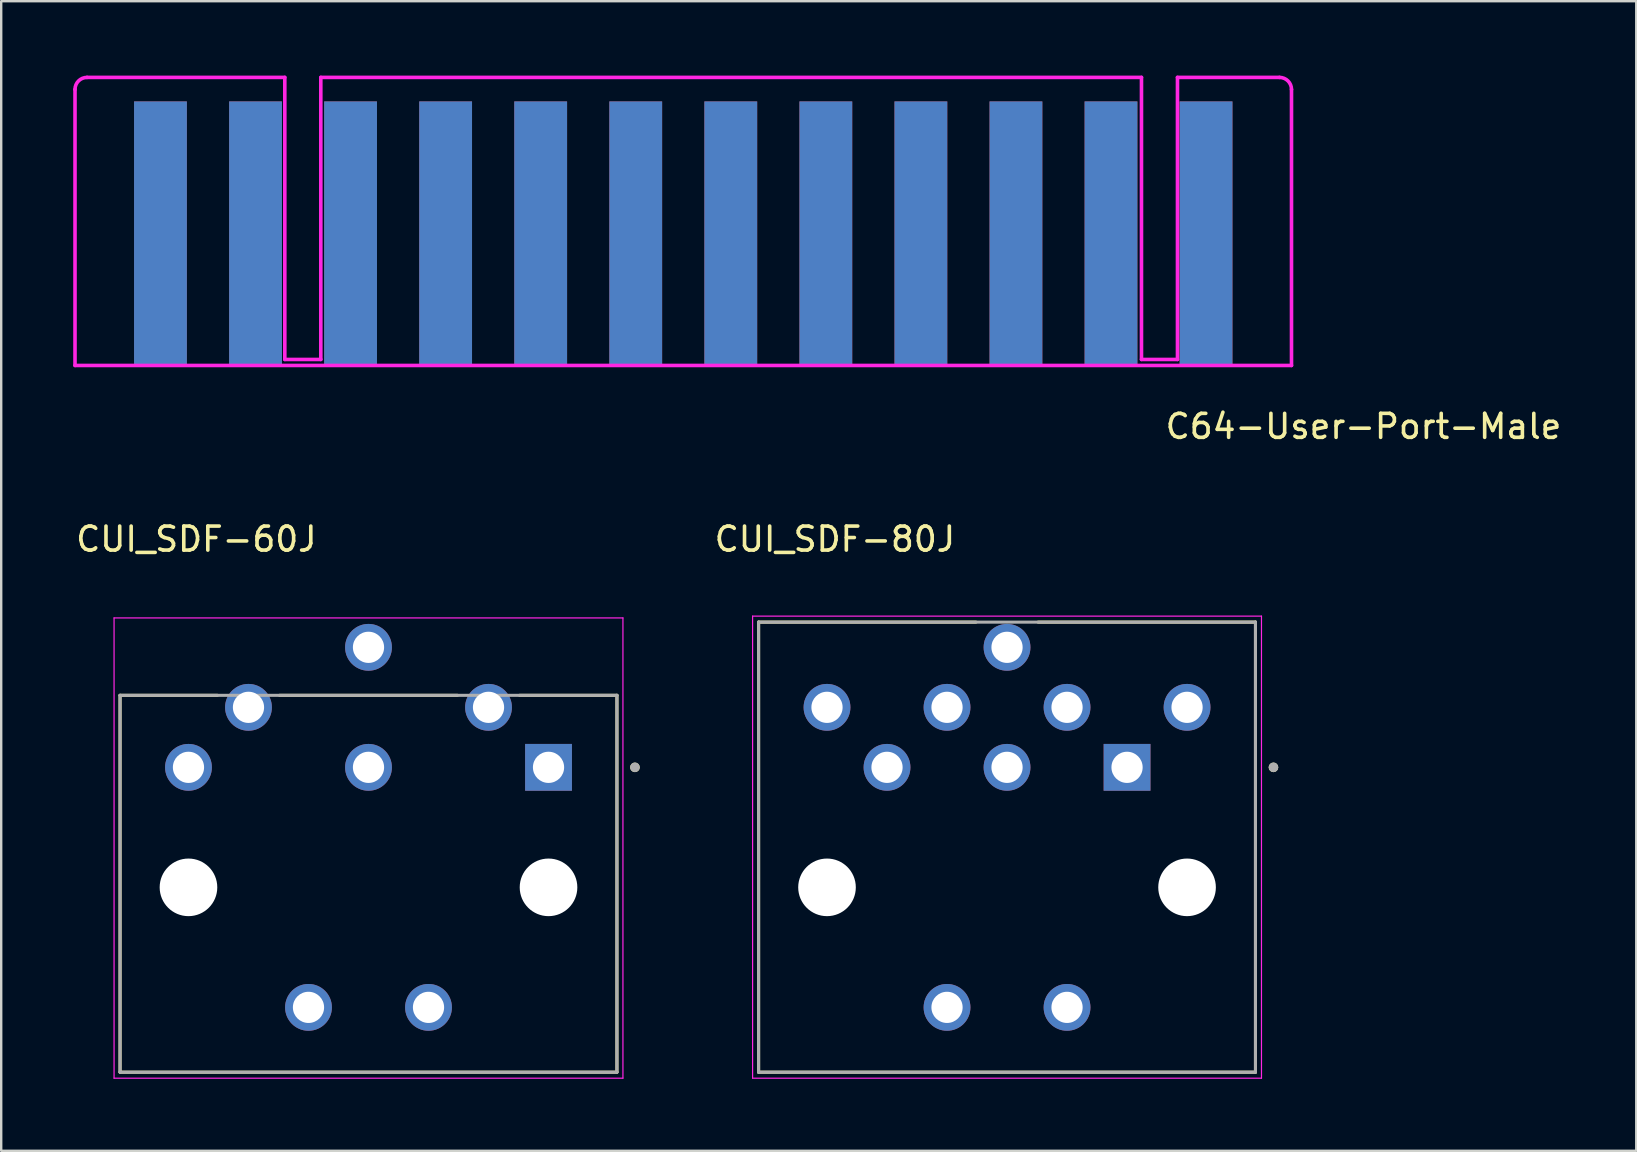
<source format=kicad_pcb>
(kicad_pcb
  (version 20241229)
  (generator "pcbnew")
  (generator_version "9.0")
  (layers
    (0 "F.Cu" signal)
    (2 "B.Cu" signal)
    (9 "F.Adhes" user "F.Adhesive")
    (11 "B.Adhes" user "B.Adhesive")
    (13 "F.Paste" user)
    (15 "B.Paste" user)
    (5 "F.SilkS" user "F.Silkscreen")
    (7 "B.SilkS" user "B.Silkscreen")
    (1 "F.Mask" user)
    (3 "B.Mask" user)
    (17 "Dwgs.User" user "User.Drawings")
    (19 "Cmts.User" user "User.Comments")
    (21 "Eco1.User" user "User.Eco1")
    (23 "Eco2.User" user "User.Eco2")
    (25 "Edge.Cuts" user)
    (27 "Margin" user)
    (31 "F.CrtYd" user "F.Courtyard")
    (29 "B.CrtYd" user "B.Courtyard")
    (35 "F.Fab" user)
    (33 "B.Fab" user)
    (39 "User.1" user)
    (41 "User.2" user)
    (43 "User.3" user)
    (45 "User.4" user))
  (footprint "CUI_SDF-60J"
    (layer "F.Cu")
    (at 12.302 33.918)
    (property "Reference" "CUI_SDF-60J" (at -7.171 -14.506 0) (layer "F.SilkS") (effects (font (size 1.001 1.001) (thickness 0.15))))
    (attr through_hole)
    (fp_line (start -10.35 -8) (end -6.295 -8) (stroke (width 0.127) (type solid)) (layer "F.SilkS"))
    (fp_line (start -10.35 7.7) (end -10.35 -8) (stroke (width 0.127) (type solid)) (layer "F.SilkS"))
    (fp_line (start -3.705 -8) (end 3.705 -8) (stroke (width 0.127) (type solid)) (layer "F.SilkS"))
    (fp_line (start 6.295 -8) (end 10.35 -8) (stroke (width 0.127) (type solid)) (layer "F.SilkS"))
    (fp_line (start 10.35 -8) (end 10.35 7.7) (stroke (width 0.127) (type solid)) (layer "F.SilkS"))
    (fp_line (start 10.35 7.7) (end -10.35 7.7) (stroke (width 0.127) (type solid)) (layer "F.SilkS"))
    (fp_circle (center 11.1 -5) (end 11.2 -5) (stroke (width 0.2) (type solid)) (fill no) (layer "F.SilkS"))
    (fp_line (start -10.6 -11.225) (end -10.6 7.95) (stroke (width 0.05) (type solid)) (layer "F.CrtYd"))
    (fp_line (start -10.6 7.95) (end 10.6 7.95) (stroke (width 0.05) (type solid)) (layer "F.CrtYd"))
    (fp_line (start 10.6 -11.225) (end -10.6 -11.225) (stroke (width 0.05) (type solid)) (layer "F.CrtYd"))
    (fp_line (start 10.6 7.95) (end 10.6 -11.225) (stroke (width 0.05) (type solid)) (layer "F.CrtYd"))
    (fp_line (start -10.35 -8) (end 10.35 -8) (stroke (width 0.127) (type solid)) (layer "F.Fab"))
    (fp_line (start -10.35 7.7) (end -10.35 -8) (stroke (width 0.127) (type solid)) (layer "F.Fab"))
    (fp_line (start 10.35 -8) (end 10.35 7.7) (stroke (width 0.127) (type solid)) (layer "F.Fab"))
    (fp_line (start 10.35 7.7) (end -10.35 7.7) (stroke (width 0.127) (type solid)) (layer "F.Fab"))
    (fp_circle (center 11.1 -5) (end 11.2 -5) (stroke (width 0.2) (type solid)) (fill no) (layer "F.Fab"))
    (pad "" np_thru_hole circle (at -7.5 0) (size 2.4 2.4) (drill 2.4) (layers "*.Cu" "*.Mask"))
    (pad "" np_thru_hole circle (at 7.5 0) (size 2.4 2.4) (drill 2.4) (layers "*.Cu" "*.Mask"))
    (pad "1" thru_hole rect (at 7.5 -5) (size 1.95 1.95) (drill 1.3) (layers "*.Cu" "*.Mask"))
    (pad "2" thru_hole circle (at 5 -7.5) (size 1.95 1.95) (drill 1.3) (layers "*.Cu" "*.Mask"))
    (pad "3" thru_hole circle (at 0 -5) (size 1.95 1.95) (drill 1.3) (layers "*.Cu" "*.Mask"))
    (pad "4" thru_hole circle (at -5 -7.5) (size 1.95 1.95) (drill 1.3) (layers "*.Cu" "*.Mask"))
    (pad "5" thru_hole circle (at -7.5 -5) (size 1.95 1.95) (drill 1.3) (layers "*.Cu" "*.Mask"))
    (pad "6" thru_hole circle (at 0 -10) (size 1.95 1.95) (drill 1.3) (layers "*.Cu" "*.Mask"))
    (pad "S1" thru_hole circle (at 2.5 5) (size 1.95 1.95) (drill 1.3) (layers "*.Cu" "*.Mask"))
    (pad "S2" thru_hole circle (at -2.5 5) (size 1.95 1.95) (drill 1.3) (layers "*.Cu" "*.Mask")))
  (footprint "CUI_SDF-80J"
    (layer "F.Cu")
    (at 38.904 33.918)
    (property "Reference" "CUI_SDF-80J" (at -7.171 -14.506 0) (layer "F.SilkS") (effects (font (size 1.001 1.001) (thickness 0.15))))
    (attr through_hole)
    (fp_line (start -10.35 -11.05) (end -1.295 -11.05) (stroke (width 0.127) (type solid)) (layer "F.SilkS"))
    (fp_line (start -10.35 7.7) (end -10.35 -11.05) (stroke (width 0.127) (type solid)) (layer "F.SilkS"))
    (fp_line (start 1.295 -11.05) (end 10.35 -11.05) (stroke (width 0.127) (type solid)) (layer "F.SilkS"))
    (fp_line (start 10.35 -11.05) (end 10.35 7.7) (stroke (width 0.127) (type solid)) (layer "F.SilkS"))
    (fp_line (start 10.35 7.7) (end -10.35 7.7) (stroke (width 0.127) (type solid)) (layer "F.SilkS"))
    (fp_circle (center 11.1 -5) (end 11.2 -5) (stroke (width 0.2) (type solid)) (fill no) (layer "F.SilkS"))
    (fp_line (start -10.6 -11.3) (end -10.6 7.95) (stroke (width 0.05) (type solid)) (layer "F.CrtYd"))
    (fp_line (start -10.6 7.95) (end 10.6 7.95) (stroke (width 0.05) (type solid)) (layer "F.CrtYd"))
    (fp_line (start 10.6 -11.3) (end -10.6 -11.3) (stroke (width 0.05) (type solid)) (layer "F.CrtYd"))
    (fp_line (start 10.6 7.95) (end 10.6 -11.3) (stroke (width 0.05) (type solid)) (layer "F.CrtYd"))
    (fp_line (start -10.35 -11.05) (end 10.35 -11.05) (stroke (width 0.127) (type solid)) (layer "F.Fab"))
    (fp_line (start -10.35 7.7) (end -10.35 -11.05) (stroke (width 0.127) (type solid)) (layer "F.Fab"))
    (fp_line (start 10.35 -11.05) (end 10.35 7.7) (stroke (width 0.127) (type solid)) (layer "F.Fab"))
    (fp_line (start 10.35 7.7) (end -10.35 7.7) (stroke (width 0.127) (type solid)) (layer "F.Fab"))
    (fp_circle (center 11.1 -5) (end 11.2 -5) (stroke (width 0.2) (type solid)) (fill no) (layer "F.Fab"))
    (pad "" np_thru_hole circle (at -7.5 0) (size 2.4 2.4) (drill 2.4) (layers "*.Cu" "*.Mask"))
    (pad "" np_thru_hole circle (at 7.5 0) (size 2.4 2.4) (drill 2.4) (layers "*.Cu" "*.Mask"))
    (pad "1" thru_hole rect (at 5 -5) (size 1.95 1.95) (drill 1.3) (layers "*.Cu" "*.Mask"))
    (pad "2" thru_hole circle (at 0 -5) (size 1.95 1.95) (drill 1.3) (layers "*.Cu" "*.Mask"))
    (pad "3" thru_hole circle (at -5 -5) (size 1.95 1.95) (drill 1.3) (layers "*.Cu" "*.Mask"))
    (pad "4" thru_hole circle (at 2.5 -7.5) (size 1.95 1.95) (drill 1.3) (layers "*.Cu" "*.Mask"))
    (pad "5" thru_hole circle (at -2.5 -7.5) (size 1.95 1.95) (drill 1.3) (layers "*.Cu" "*.Mask"))
    (pad "6" thru_hole circle (at 7.5 -7.5) (size 1.95 1.95) (drill 1.3) (layers "*.Cu" "*.Mask"))
    (pad "7" thru_hole circle (at -7.5 -7.5) (size 1.95 1.95) (drill 1.3) (layers "*.Cu" "*.Mask"))
    (pad "8" thru_hole circle (at 0 -10) (size 1.95 1.95) (drill 1.3) (layers "*.Cu" "*.Mask"))
    (pad "S1" thru_hole circle (at 2.5 5) (size 1.95 1.95) (drill 1.3) (layers "*.Cu" "*.Mask"))
    (pad "S2" thru_hole circle (at -2.5 5) (size 1.95 1.95) (drill 1.3) (layers "*.Cu" "*.Mask")))
  (footprint "C64-User-Port-Male"
    (layer "F.Cu")
    (at 36.755 12.175)
    (property "Reference" "C64-User-Port-Male" (at 17 2.54 0) (layer "F.SilkS") (effects (font (size 1 1) (thickness 0.15))))
    (attr through_hole)
    (fp_poly (pts (xy -36.56 -12.1) (xy 14.1 -12.1) (xy 14.1 -0.7) (xy -36.56 -0.7)) (stroke (width 0.15) (type solid)) (fill yes) (layer "F.Mask"))
    (fp_poly (pts (xy -36.674 -12.1) (xy 14.1 -12.1) (xy 14.1 -0.7) (xy -36.674 -0.7)) (stroke (width 0.15) (type solid)) (fill yes) (layer "B.Mask"))
    (fp_line (start -36.68 -11.5) (end -36.68 0) (stroke (width 0.15) (type solid)) (layer "F.CrtYd"))
    (fp_line (start -36.68 0) (end 14 0) (stroke (width 0.15) (type solid)) (layer "F.CrtYd"))
    (fp_line (start -36.18 -12) (end -27.94 -12) (stroke (width 0.15) (type solid)) (layer "F.CrtYd"))
    (fp_line (start -27.94 -0.25) (end -27.94 -12) (stroke (width 0.15) (type solid)) (layer "F.CrtYd"))
    (fp_line (start -26.44 -12) (end -26.44 -0.25) (stroke (width 0.15) (type solid)) (layer "F.CrtYd"))
    (fp_line (start -26.44 -0.25) (end -27.94 -0.25) (stroke (width 0.15) (type solid)) (layer "F.CrtYd"))
    (fp_line (start 7.75 -12) (end -26.44 -12) (stroke (width 0.15) (type solid)) (layer "F.CrtYd"))
    (fp_line (start 7.75 -0.25) (end 7.75 -12) (stroke (width 0.15) (type solid)) (layer "F.CrtYd"))
    (fp_line (start 9.25 -12) (end 9.25 -0.25) (stroke (width 0.15) (type solid)) (layer "F.CrtYd"))
    (fp_line (start 9.25 -0.25) (end 7.75 -0.25) (stroke (width 0.15) (type solid)) (layer "F.CrtYd"))
    (fp_line (start 13.5 -12) (end 9.25 -12) (stroke (width 0.15) (type solid)) (layer "F.CrtYd"))
    (fp_line (start 14 0) (end 14 -11.5) (stroke (width 0.15) (type solid)) (layer "F.CrtYd"))
    (fp_arc (start -36.68 -11.5) (mid -36.533553 -11.853553) (end -36.18 -12) (stroke (width 0.15) (type solid)) (layer "F.CrtYd"))
    (fp_arc (start 13.5 -12) (mid 13.853553 -11.853553) (end 14 -11.5) (stroke (width 0.15) (type solid)) (layer "F.CrtYd"))
    (pad "1" smd rect (at 10.44 -5.5) (size 2.2 11) (layers "F.Cu" "F.Mask"))
    (pad "2" smd rect (at 6.48 -5.5) (size 2.2 11) (layers "F.Cu" "F.Mask"))
    (pad "3" smd rect (at 2.52 -5.5) (size 2.2 11) (layers "F.Cu" "F.Mask"))
    (pad "4" smd rect (at -1.44 -5.5) (size 2.2 11) (layers "F.Cu" "F.Mask"))
    (pad "5" smd rect (at -5.4 -5.5) (size 2.2 11) (layers "F.Cu" "F.Mask"))
    (pad "6" smd rect (at -9.36 -5.5) (size 2.2 11) (layers "F.Cu" "F.Mask"))
    (pad "7" smd rect (at -13.32 -5.5) (size 2.2 11) (layers "F.Cu" "F.Mask"))
    (pad "8" smd rect (at -17.28 -5.5) (size 2.2 11) (layers "F.Cu" "F.Mask"))
    (pad "9" smd rect (at -21.24 -5.5) (size 2.2 11) (layers "F.Cu" "F.Mask"))
    (pad "10" smd rect (at -25.2 -5.5) (size 2.2 11) (layers "F.Cu" "F.Mask"))
    (pad "11" smd rect (at -29.16 -5.5) (size 2.2 11) (layers "F.Cu" "F.Mask"))
    (pad "12" smd rect (at -33.12 -5.5) (size 2.2 11) (layers "F.Cu" "F.Mask"))
    (pad "A" smd rect (at 10.44 -5.5) (size 2.2 11) (layers "B.Cu" "B.Mask"))
    (pad "B" smd rect (at 6.48 -5.5) (size 2.2 11) (layers "B.Cu" "B.Mask"))
    (pad "C" smd rect (at 2.52 -5.5) (size 2.2 11) (layers "B.Cu" "B.Mask"))
    (pad "D" smd rect (at -1.44 -5.5) (size 2.2 11) (layers "B.Cu" "B.Mask"))
    (pad "E" smd rect (at -5.4 -5.5) (size 2.2 11) (layers "B.Cu" "B.Mask"))
    (pad "F" smd rect (at -9.36 -5.5) (size 2.2 11) (layers "B.Cu" "B.Mask"))
    (pad "H" smd rect (at -13.32 -5.5) (size 2.2 11) (layers "B.Cu" "B.Mask"))
    (pad "J" smd rect (at -17.28 -5.5) (size 2.2 11) (layers "B.Cu" "B.Mask"))
    (pad "K" smd rect (at -21.24 -5.5) (size 2.2 11) (layers "B.Cu" "B.Mask"))
    (pad "L" smd rect (at -25.2 -5.5) (size 2.2 11) (layers "B.Cu" "B.Mask"))
    (pad "M" smd rect (at -29.16 -5.5) (size 2.2 11) (layers "B.Cu" "B.Mask"))
    (pad "N" smd rect (at -33.12 -5.5) (size 2.2 11) (layers "B.Cu" "B.Mask")))
  (gr_rect
    (start -3 -3)
    (end 65.118 44.893)
    (stroke (width 0.1) (type default))
    (fill no)
    (layer "Edge.Cuts")))
</source>
